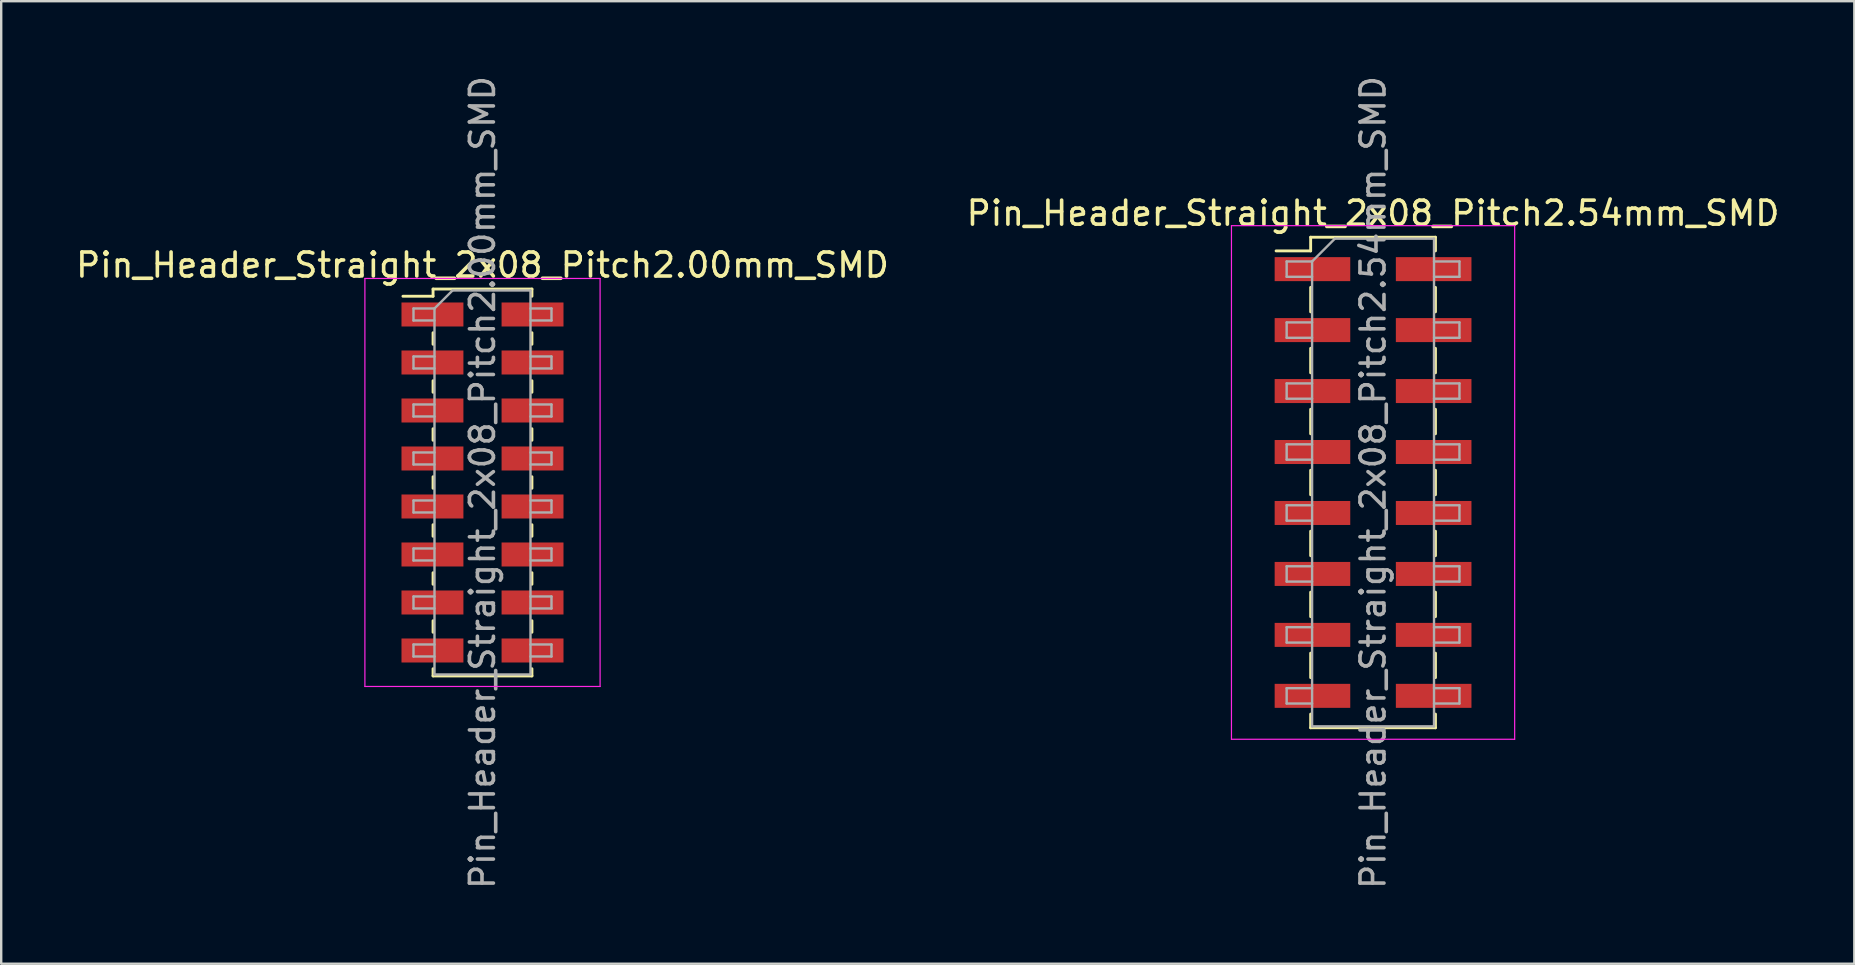
<source format=kicad_pcb>
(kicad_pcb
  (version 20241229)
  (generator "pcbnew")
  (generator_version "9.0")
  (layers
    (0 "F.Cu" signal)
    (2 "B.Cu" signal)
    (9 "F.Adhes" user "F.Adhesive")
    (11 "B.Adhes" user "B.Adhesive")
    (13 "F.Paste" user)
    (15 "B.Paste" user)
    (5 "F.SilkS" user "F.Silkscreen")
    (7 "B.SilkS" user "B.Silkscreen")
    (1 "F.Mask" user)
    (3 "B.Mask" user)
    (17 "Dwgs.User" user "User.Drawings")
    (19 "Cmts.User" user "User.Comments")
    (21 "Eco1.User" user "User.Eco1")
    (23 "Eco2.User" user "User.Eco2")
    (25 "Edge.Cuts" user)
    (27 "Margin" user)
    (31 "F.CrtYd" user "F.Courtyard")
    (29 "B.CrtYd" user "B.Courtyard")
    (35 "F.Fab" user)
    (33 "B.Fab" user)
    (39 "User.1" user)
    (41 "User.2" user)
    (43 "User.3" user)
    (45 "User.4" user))
  (footprint "Pin_Header_Straight_2x08_Pitch2.54mm_SMD"
    (layer "F.Cu")
    (at 54.161 17.054)
    (property "Reference" "Pin_Header_Straight_2x08_Pitch2.54mm_SMD" (at 0 -11.22 0) (layer "F.SilkS") (effects (font (size 1 1) (thickness 0.15))))
    (attr smd)
    (fp_line (start -4.04 -9.65) (end -2.6 -9.65) (stroke (width 0.12) (type solid)) (layer "F.SilkS"))
    (fp_line (start -2.6 -10.22) (end -2.6 -9.65) (stroke (width 0.12) (type solid)) (layer "F.SilkS"))
    (fp_line (start -2.6 -10.22) (end 2.6 -10.22) (stroke (width 0.12) (type solid)) (layer "F.SilkS"))
    (fp_line (start -2.6 -8.13) (end -2.6 -7.11) (stroke (width 0.12) (type solid)) (layer "F.SilkS"))
    (fp_line (start -2.6 -5.59) (end -2.6 -4.57) (stroke (width 0.12) (type solid)) (layer "F.SilkS"))
    (fp_line (start -2.6 -3.05) (end -2.6 -2.03) (stroke (width 0.12) (type solid)) (layer "F.SilkS"))
    (fp_line (start -2.6 -0.51) (end -2.6 0.51) (stroke (width 0.12) (type solid)) (layer "F.SilkS"))
    (fp_line (start -2.6 2.03) (end -2.6 3.05) (stroke (width 0.12) (type solid)) (layer "F.SilkS"))
    (fp_line (start -2.6 4.57) (end -2.6 5.59) (stroke (width 0.12) (type solid)) (layer "F.SilkS"))
    (fp_line (start -2.6 7.11) (end -2.6 8.13) (stroke (width 0.12) (type solid)) (layer "F.SilkS"))
    (fp_line (start -2.6 9.65) (end -2.6 10.22) (stroke (width 0.12) (type solid)) (layer "F.SilkS"))
    (fp_line (start -2.6 10.22) (end 2.6 10.22) (stroke (width 0.12) (type solid)) (layer "F.SilkS"))
    (fp_line (start 2.6 -10.22) (end 2.6 -9.65) (stroke (width 0.12) (type solid)) (layer "F.SilkS"))
    (fp_line (start 2.6 -8.13) (end 2.6 -7.11) (stroke (width 0.12) (type solid)) (layer "F.SilkS"))
    (fp_line (start 2.6 -5.59) (end 2.6 -4.57) (stroke (width 0.12) (type solid)) (layer "F.SilkS"))
    (fp_line (start 2.6 -3.05) (end 2.6 -2.03) (stroke (width 0.12) (type solid)) (layer "F.SilkS"))
    (fp_line (start 2.6 -0.51) (end 2.6 0.51) (stroke (width 0.12) (type solid)) (layer "F.SilkS"))
    (fp_line (start 2.6 2.03) (end 2.6 3.05) (stroke (width 0.12) (type solid)) (layer "F.SilkS"))
    (fp_line (start 2.6 4.57) (end 2.6 5.59) (stroke (width 0.12) (type solid)) (layer "F.SilkS"))
    (fp_line (start 2.6 7.11) (end 2.6 8.13) (stroke (width 0.12) (type solid)) (layer "F.SilkS"))
    (fp_line (start 2.6 9.65) (end 2.6 10.22) (stroke (width 0.12) (type solid)) (layer "F.SilkS"))
    (fp_line (start -5.9 -10.7) (end -5.9 10.7) (stroke (width 0.05) (type solid)) (layer "F.CrtYd"))
    (fp_line (start -5.9 10.7) (end 5.9 10.7) (stroke (width 0.05) (type solid)) (layer "F.CrtYd"))
    (fp_line (start 5.9 -10.7) (end -5.9 -10.7) (stroke (width 0.05) (type solid)) (layer "F.CrtYd"))
    (fp_line (start 5.9 10.7) (end 5.9 -10.7) (stroke (width 0.05) (type solid)) (layer "F.CrtYd"))
    (fp_line (start -3.6 -9.21) (end -3.6 -8.57) (stroke (width 0.1) (type solid)) (layer "F.Fab"))
    (fp_line (start -3.6 -8.57) (end -2.54 -8.57) (stroke (width 0.1) (type solid)) (layer "F.Fab"))
    (fp_line (start -3.6 -6.67) (end -3.6 -6.03) (stroke (width 0.1) (type solid)) (layer "F.Fab"))
    (fp_line (start -3.6 -6.03) (end -2.54 -6.03) (stroke (width 0.1) (type solid)) (layer "F.Fab"))
    (fp_line (start -3.6 -4.13) (end -3.6 -3.49) (stroke (width 0.1) (type solid)) (layer "F.Fab"))
    (fp_line (start -3.6 -3.49) (end -2.54 -3.49) (stroke (width 0.1) (type solid)) (layer "F.Fab"))
    (fp_line (start -3.6 -1.59) (end -3.6 -0.95) (stroke (width 0.1) (type solid)) (layer "F.Fab"))
    (fp_line (start -3.6 -0.95) (end -2.54 -0.95) (stroke (width 0.1) (type solid)) (layer "F.Fab"))
    (fp_line (start -3.6 0.95) (end -3.6 1.59) (stroke (width 0.1) (type solid)) (layer "F.Fab"))
    (fp_line (start -3.6 1.59) (end -2.54 1.59) (stroke (width 0.1) (type solid)) (layer "F.Fab"))
    (fp_line (start -3.6 3.49) (end -3.6 4.13) (stroke (width 0.1) (type solid)) (layer "F.Fab"))
    (fp_line (start -3.6 4.13) (end -2.54 4.13) (stroke (width 0.1) (type solid)) (layer "F.Fab"))
    (fp_line (start -3.6 6.03) (end -3.6 6.67) (stroke (width 0.1) (type solid)) (layer "F.Fab"))
    (fp_line (start -3.6 6.67) (end -2.54 6.67) (stroke (width 0.1) (type solid)) (layer "F.Fab"))
    (fp_line (start -3.6 8.57) (end -3.6 9.21) (stroke (width 0.1) (type solid)) (layer "F.Fab"))
    (fp_line (start -3.6 9.21) (end -2.54 9.21) (stroke (width 0.1) (type solid)) (layer "F.Fab"))
    (fp_line (start -2.54 -9.21) (end -3.6 -9.21) (stroke (width 0.1) (type solid)) (layer "F.Fab"))
    (fp_line (start -2.54 -9.21) (end -1.59 -10.16) (stroke (width 0.1) (type solid)) (layer "F.Fab"))
    (fp_line (start -2.54 -6.67) (end -3.6 -6.67) (stroke (width 0.1) (type solid)) (layer "F.Fab"))
    (fp_line (start -2.54 -4.13) (end -3.6 -4.13) (stroke (width 0.1) (type solid)) (layer "F.Fab"))
    (fp_line (start -2.54 -1.59) (end -3.6 -1.59) (stroke (width 0.1) (type solid)) (layer "F.Fab"))
    (fp_line (start -2.54 0.95) (end -3.6 0.95) (stroke (width 0.1) (type solid)) (layer "F.Fab"))
    (fp_line (start -2.54 3.49) (end -3.6 3.49) (stroke (width 0.1) (type solid)) (layer "F.Fab"))
    (fp_line (start -2.54 6.03) (end -3.6 6.03) (stroke (width 0.1) (type solid)) (layer "F.Fab"))
    (fp_line (start -2.54 8.57) (end -3.6 8.57) (stroke (width 0.1) (type solid)) (layer "F.Fab"))
    (fp_line (start -2.54 10.16) (end -2.54 -9.21) (stroke (width 0.1) (type solid)) (layer "F.Fab"))
    (fp_line (start -1.59 -10.16) (end 2.54 -10.16) (stroke (width 0.1) (type solid)) (layer "F.Fab"))
    (fp_line (start 2.54 -10.16) (end 2.54 10.16) (stroke (width 0.1) (type solid)) (layer "F.Fab"))
    (fp_line (start 2.54 -9.21) (end 3.6 -9.21) (stroke (width 0.1) (type solid)) (layer "F.Fab"))
    (fp_line (start 2.54 -6.67) (end 3.6 -6.67) (stroke (width 0.1) (type solid)) (layer "F.Fab"))
    (fp_line (start 2.54 -4.13) (end 3.6 -4.13) (stroke (width 0.1) (type solid)) (layer "F.Fab"))
    (fp_line (start 2.54 -1.59) (end 3.6 -1.59) (stroke (width 0.1) (type solid)) (layer "F.Fab"))
    (fp_line (start 2.54 0.95) (end 3.6 0.95) (stroke (width 0.1) (type solid)) (layer "F.Fab"))
    (fp_line (start 2.54 3.49) (end 3.6 3.49) (stroke (width 0.1) (type solid)) (layer "F.Fab"))
    (fp_line (start 2.54 6.03) (end 3.6 6.03) (stroke (width 0.1) (type solid)) (layer "F.Fab"))
    (fp_line (start 2.54 8.57) (end 3.6 8.57) (stroke (width 0.1) (type solid)) (layer "F.Fab"))
    (fp_line (start 2.54 10.16) (end -2.54 10.16) (stroke (width 0.1) (type solid)) (layer "F.Fab"))
    (fp_line (start 3.6 -9.21) (end 3.6 -8.57) (stroke (width 0.1) (type solid)) (layer "F.Fab"))
    (fp_line (start 3.6 -8.57) (end 2.54 -8.57) (stroke (width 0.1) (type solid)) (layer "F.Fab"))
    (fp_line (start 3.6 -6.67) (end 3.6 -6.03) (stroke (width 0.1) (type solid)) (layer "F.Fab"))
    (fp_line (start 3.6 -6.03) (end 2.54 -6.03) (stroke (width 0.1) (type solid)) (layer "F.Fab"))
    (fp_line (start 3.6 -4.13) (end 3.6 -3.49) (stroke (width 0.1) (type solid)) (layer "F.Fab"))
    (fp_line (start 3.6 -3.49) (end 2.54 -3.49) (stroke (width 0.1) (type solid)) (layer "F.Fab"))
    (fp_line (start 3.6 -1.59) (end 3.6 -0.95) (stroke (width 0.1) (type solid)) (layer "F.Fab"))
    (fp_line (start 3.6 -0.95) (end 2.54 -0.95) (stroke (width 0.1) (type solid)) (layer "F.Fab"))
    (fp_line (start 3.6 0.95) (end 3.6 1.59) (stroke (width 0.1) (type solid)) (layer "F.Fab"))
    (fp_line (start 3.6 1.59) (end 2.54 1.59) (stroke (width 0.1) (type solid)) (layer "F.Fab"))
    (fp_line (start 3.6 3.49) (end 3.6 4.13) (stroke (width 0.1) (type solid)) (layer "F.Fab"))
    (fp_line (start 3.6 4.13) (end 2.54 4.13) (stroke (width 0.1) (type solid)) (layer "F.Fab"))
    (fp_line (start 3.6 6.03) (end 3.6 6.67) (stroke (width 0.1) (type solid)) (layer "F.Fab"))
    (fp_line (start 3.6 6.67) (end 2.54 6.67) (stroke (width 0.1) (type solid)) (layer "F.Fab"))
    (fp_line (start 3.6 8.57) (end 3.6 9.21) (stroke (width 0.1) (type solid)) (layer "F.Fab"))
    (fp_line (start 3.6 9.21) (end 2.54 9.21) (stroke (width 0.1) (type solid)) (layer "F.Fab"))
    (fp_text user "${REFERENCE}" (at 0 0 90) (layer "F.Fab") (effects (font (size 1 1) (thickness 0.15))))
    (pad "1" smd rect (at -2.525 -8.89) (size 3.15 1) (layers "F.Cu" "F.Mask" "F.Paste"))
    (pad "2" smd rect (at 2.525 -8.89) (size 3.15 1) (layers "F.Cu" "F.Mask" "F.Paste"))
    (pad "3" smd rect (at -2.525 -6.35) (size 3.15 1) (layers "F.Cu" "F.Mask" "F.Paste"))
    (pad "4" smd rect (at 2.525 -6.35) (size 3.15 1) (layers "F.Cu" "F.Mask" "F.Paste"))
    (pad "5" smd rect (at -2.525 -3.81) (size 3.15 1) (layers "F.Cu" "F.Mask" "F.Paste"))
    (pad "6" smd rect (at 2.525 -3.81) (size 3.15 1) (layers "F.Cu" "F.Mask" "F.Paste"))
    (pad "7" smd rect (at -2.525 -1.27) (size 3.15 1) (layers "F.Cu" "F.Mask" "F.Paste"))
    (pad "8" smd rect (at 2.525 -1.27) (size 3.15 1) (layers "F.Cu" "F.Mask" "F.Paste"))
    (pad "9" smd rect (at -2.525 1.27) (size 3.15 1) (layers "F.Cu" "F.Mask" "F.Paste"))
    (pad "10" smd rect (at 2.525 1.27) (size 3.15 1) (layers "F.Cu" "F.Mask" "F.Paste"))
    (pad "11" smd rect (at -2.525 3.81) (size 3.15 1) (layers "F.Cu" "F.Mask" "F.Paste"))
    (pad "12" smd rect (at 2.525 3.81) (size 3.15 1) (layers "F.Cu" "F.Mask" "F.Paste"))
    (pad "13" smd rect (at -2.525 6.35) (size 3.15 1) (layers "F.Cu" "F.Mask" "F.Paste"))
    (pad "14" smd rect (at 2.525 6.35) (size 3.15 1) (layers "F.Cu" "F.Mask" "F.Paste"))
    (pad "15" smd rect (at -2.525 8.89) (size 3.15 1) (layers "F.Cu" "F.Mask" "F.Paste"))
    (pad "16" smd rect (at 2.525 8.89) (size 3.15 1) (layers "F.Cu" "F.Mask" "F.Paste")))
  (footprint "Pin_Header_Straight_2x08_Pitch2.00mm_SMD"
    (layer "F.Cu")
    (at 17.054 17.054)
    (property "Reference" "Pin_Header_Straight_2x08_Pitch2.00mm_SMD" (at 0 -9.06 0) (layer "F.SilkS") (effects (font (size 1 1) (thickness 0.15))))
    (attr smd)
    (fp_line (start -3.315 -7.76) (end -2.06 -7.76) (stroke (width 0.12) (type solid)) (layer "F.SilkS"))
    (fp_line (start -2.06 -8.06) (end -2.06 -7.76) (stroke (width 0.12) (type solid)) (layer "F.SilkS"))
    (fp_line (start -2.06 -8.06) (end 2.06 -8.06) (stroke (width 0.12) (type solid)) (layer "F.SilkS"))
    (fp_line (start -2.06 -6.24) (end -2.06 -5.76) (stroke (width 0.12) (type solid)) (layer "F.SilkS"))
    (fp_line (start -2.06 -4.24) (end -2.06 -3.76) (stroke (width 0.12) (type solid)) (layer "F.SilkS"))
    (fp_line (start -2.06 -2.24) (end -2.06 -1.76) (stroke (width 0.12) (type solid)) (layer "F.SilkS"))
    (fp_line (start -2.06 -0.24) (end -2.06 0.24) (stroke (width 0.12) (type solid)) (layer "F.SilkS"))
    (fp_line (start -2.06 1.76) (end -2.06 2.24) (stroke (width 0.12) (type solid)) (layer "F.SilkS"))
    (fp_line (start -2.06 3.76) (end -2.06 4.24) (stroke (width 0.12) (type solid)) (layer "F.SilkS"))
    (fp_line (start -2.06 5.76) (end -2.06 6.24) (stroke (width 0.12) (type solid)) (layer "F.SilkS"))
    (fp_line (start -2.06 7.76) (end -2.06 8.06) (stroke (width 0.12) (type solid)) (layer "F.SilkS"))
    (fp_line (start -2.06 8.06) (end 2.06 8.06) (stroke (width 0.12) (type solid)) (layer "F.SilkS"))
    (fp_line (start 2.06 -8.06) (end 2.06 -7.76) (stroke (width 0.12) (type solid)) (layer "F.SilkS"))
    (fp_line (start 2.06 -6.24) (end 2.06 -5.76) (stroke (width 0.12) (type solid)) (layer "F.SilkS"))
    (fp_line (start 2.06 -4.24) (end 2.06 -3.76) (stroke (width 0.12) (type solid)) (layer "F.SilkS"))
    (fp_line (start 2.06 -2.24) (end 2.06 -1.76) (stroke (width 0.12) (type solid)) (layer "F.SilkS"))
    (fp_line (start 2.06 -0.24) (end 2.06 0.24) (stroke (width 0.12) (type solid)) (layer "F.SilkS"))
    (fp_line (start 2.06 1.76) (end 2.06 2.24) (stroke (width 0.12) (type solid)) (layer "F.SilkS"))
    (fp_line (start 2.06 3.76) (end 2.06 4.24) (stroke (width 0.12) (type solid)) (layer "F.SilkS"))
    (fp_line (start 2.06 5.76) (end 2.06 6.24) (stroke (width 0.12) (type solid)) (layer "F.SilkS"))
    (fp_line (start 2.06 7.76) (end 2.06 8.06) (stroke (width 0.12) (type solid)) (layer "F.SilkS"))
    (fp_line (start -4.9 -8.5) (end -4.9 8.5) (stroke (width 0.05) (type solid)) (layer "F.CrtYd"))
    (fp_line (start -4.9 8.5) (end 4.9 8.5) (stroke (width 0.05) (type solid)) (layer "F.CrtYd"))
    (fp_line (start 4.9 -8.5) (end -4.9 -8.5) (stroke (width 0.05) (type solid)) (layer "F.CrtYd"))
    (fp_line (start 4.9 8.5) (end 4.9 -8.5) (stroke (width 0.05) (type solid)) (layer "F.CrtYd"))
    (fp_line (start -2.875 -7.25) (end -2.875 -6.75) (stroke (width 0.1) (type solid)) (layer "F.Fab"))
    (fp_line (start -2.875 -6.75) (end -2 -6.75) (stroke (width 0.1) (type solid)) (layer "F.Fab"))
    (fp_line (start -2.875 -5.25) (end -2.875 -4.75) (stroke (width 0.1) (type solid)) (layer "F.Fab"))
    (fp_line (start -2.875 -4.75) (end -2 -4.75) (stroke (width 0.1) (type solid)) (layer "F.Fab"))
    (fp_line (start -2.875 -3.25) (end -2.875 -2.75) (stroke (width 0.1) (type solid)) (layer "F.Fab"))
    (fp_line (start -2.875 -2.75) (end -2 -2.75) (stroke (width 0.1) (type solid)) (layer "F.Fab"))
    (fp_line (start -2.875 -1.25) (end -2.875 -0.75) (stroke (width 0.1) (type solid)) (layer "F.Fab"))
    (fp_line (start -2.875 -0.75) (end -2 -0.75) (stroke (width 0.1) (type solid)) (layer "F.Fab"))
    (fp_line (start -2.875 0.75) (end -2.875 1.25) (stroke (width 0.1) (type solid)) (layer "F.Fab"))
    (fp_line (start -2.875 1.25) (end -2 1.25) (stroke (width 0.1) (type solid)) (layer "F.Fab"))
    (fp_line (start -2.875 2.75) (end -2.875 3.25) (stroke (width 0.1) (type solid)) (layer "F.Fab"))
    (fp_line (start -2.875 3.25) (end -2 3.25) (stroke (width 0.1) (type solid)) (layer "F.Fab"))
    (fp_line (start -2.875 4.75) (end -2.875 5.25) (stroke (width 0.1) (type solid)) (layer "F.Fab"))
    (fp_line (start -2.875 5.25) (end -2 5.25) (stroke (width 0.1) (type solid)) (layer "F.Fab"))
    (fp_line (start -2.875 6.75) (end -2.875 7.25) (stroke (width 0.1) (type solid)) (layer "F.Fab"))
    (fp_line (start -2.875 7.25) (end -2 7.25) (stroke (width 0.1) (type solid)) (layer "F.Fab"))
    (fp_line (start -2 -7.25) (end -2.875 -7.25) (stroke (width 0.1) (type solid)) (layer "F.Fab"))
    (fp_line (start -2 -7.25) (end -1.25 -8) (stroke (width 0.1) (type solid)) (layer "F.Fab"))
    (fp_line (start -2 -5.25) (end -2.875 -5.25) (stroke (width 0.1) (type solid)) (layer "F.Fab"))
    (fp_line (start -2 -3.25) (end -2.875 -3.25) (stroke (width 0.1) (type solid)) (layer "F.Fab"))
    (fp_line (start -2 -1.25) (end -2.875 -1.25) (stroke (width 0.1) (type solid)) (layer "F.Fab"))
    (fp_line (start -2 0.75) (end -2.875 0.75) (stroke (width 0.1) (type solid)) (layer "F.Fab"))
    (fp_line (start -2 2.75) (end -2.875 2.75) (stroke (width 0.1) (type solid)) (layer "F.Fab"))
    (fp_line (start -2 4.75) (end -2.875 4.75) (stroke (width 0.1) (type solid)) (layer "F.Fab"))
    (fp_line (start -2 6.75) (end -2.875 6.75) (stroke (width 0.1) (type solid)) (layer "F.Fab"))
    (fp_line (start -2 8) (end -2 -7.25) (stroke (width 0.1) (type solid)) (layer "F.Fab"))
    (fp_line (start -1.25 -8) (end 2 -8) (stroke (width 0.1) (type solid)) (layer "F.Fab"))
    (fp_line (start 2 -8) (end 2 8) (stroke (width 0.1) (type solid)) (layer "F.Fab"))
    (fp_line (start 2 -7.25) (end 2.875 -7.25) (stroke (width 0.1) (type solid)) (layer "F.Fab"))
    (fp_line (start 2 -5.25) (end 2.875 -5.25) (stroke (width 0.1) (type solid)) (layer "F.Fab"))
    (fp_line (start 2 -3.25) (end 2.875 -3.25) (stroke (width 0.1) (type solid)) (layer "F.Fab"))
    (fp_line (start 2 -1.25) (end 2.875 -1.25) (stroke (width 0.1) (type solid)) (layer "F.Fab"))
    (fp_line (start 2 0.75) (end 2.875 0.75) (stroke (width 0.1) (type solid)) (layer "F.Fab"))
    (fp_line (start 2 2.75) (end 2.875 2.75) (stroke (width 0.1) (type solid)) (layer "F.Fab"))
    (fp_line (start 2 4.75) (end 2.875 4.75) (stroke (width 0.1) (type solid)) (layer "F.Fab"))
    (fp_line (start 2 6.75) (end 2.875 6.75) (stroke (width 0.1) (type solid)) (layer "F.Fab"))
    (fp_line (start 2 8) (end -2 8) (stroke (width 0.1) (type solid)) (layer "F.Fab"))
    (fp_line (start 2.875 -7.25) (end 2.875 -6.75) (stroke (width 0.1) (type solid)) (layer "F.Fab"))
    (fp_line (start 2.875 -6.75) (end 2 -6.75) (stroke (width 0.1) (type solid)) (layer "F.Fab"))
    (fp_line (start 2.875 -5.25) (end 2.875 -4.75) (stroke (width 0.1) (type solid)) (layer "F.Fab"))
    (fp_line (start 2.875 -4.75) (end 2 -4.75) (stroke (width 0.1) (type solid)) (layer "F.Fab"))
    (fp_line (start 2.875 -3.25) (end 2.875 -2.75) (stroke (width 0.1) (type solid)) (layer "F.Fab"))
    (fp_line (start 2.875 -2.75) (end 2 -2.75) (stroke (width 0.1) (type solid)) (layer "F.Fab"))
    (fp_line (start 2.875 -1.25) (end 2.875 -0.75) (stroke (width 0.1) (type solid)) (layer "F.Fab"))
    (fp_line (start 2.875 -0.75) (end 2 -0.75) (stroke (width 0.1) (type solid)) (layer "F.Fab"))
    (fp_line (start 2.875 0.75) (end 2.875 1.25) (stroke (width 0.1) (type solid)) (layer "F.Fab"))
    (fp_line (start 2.875 1.25) (end 2 1.25) (stroke (width 0.1) (type solid)) (layer "F.Fab"))
    (fp_line (start 2.875 2.75) (end 2.875 3.25) (stroke (width 0.1) (type solid)) (layer "F.Fab"))
    (fp_line (start 2.875 3.25) (end 2 3.25) (stroke (width 0.1) (type solid)) (layer "F.Fab"))
    (fp_line (start 2.875 4.75) (end 2.875 5.25) (stroke (width 0.1) (type solid)) (layer "F.Fab"))
    (fp_line (start 2.875 5.25) (end 2 5.25) (stroke (width 0.1) (type solid)) (layer "F.Fab"))
    (fp_line (start 2.875 6.75) (end 2.875 7.25) (stroke (width 0.1) (type solid)) (layer "F.Fab"))
    (fp_line (start 2.875 7.25) (end 2 7.25) (stroke (width 0.1) (type solid)) (layer "F.Fab"))
    (fp_text user "${REFERENCE}" (at 0 0 90) (layer "F.Fab") (effects (font (size 1 1) (thickness 0.15))))
    (pad "1" smd rect (at -2.085 -7) (size 2.58 1) (layers "F.Cu" "F.Mask" "F.Paste"))
    (pad "2" smd rect (at 2.085 -7) (size 2.58 1) (layers "F.Cu" "F.Mask" "F.Paste"))
    (pad "3" smd rect (at -2.085 -5) (size 2.58 1) (layers "F.Cu" "F.Mask" "F.Paste"))
    (pad "4" smd rect (at 2.085 -5) (size 2.58 1) (layers "F.Cu" "F.Mask" "F.Paste"))
    (pad "5" smd rect (at -2.085 -3) (size 2.58 1) (layers "F.Cu" "F.Mask" "F.Paste"))
    (pad "6" smd rect (at 2.085 -3) (size 2.58 1) (layers "F.Cu" "F.Mask" "F.Paste"))
    (pad "7" smd rect (at -2.085 -1) (size 2.58 1) (layers "F.Cu" "F.Mask" "F.Paste"))
    (pad "8" smd rect (at 2.085 -1) (size 2.58 1) (layers "F.Cu" "F.Mask" "F.Paste"))
    (pad "9" smd rect (at -2.085 1) (size 2.58 1) (layers "F.Cu" "F.Mask" "F.Paste"))
    (pad "10" smd rect (at 2.085 1) (size 2.58 1) (layers "F.Cu" "F.Mask" "F.Paste"))
    (pad "11" smd rect (at -2.085 3) (size 2.58 1) (layers "F.Cu" "F.Mask" "F.Paste"))
    (pad "12" smd rect (at 2.085 3) (size 2.58 1) (layers "F.Cu" "F.Mask" "F.Paste"))
    (pad "13" smd rect (at -2.085 5) (size 2.58 1) (layers "F.Cu" "F.Mask" "F.Paste"))
    (pad "14" smd rect (at 2.085 5) (size 2.58 1) (layers "F.Cu" "F.Mask" "F.Paste"))
    (pad "15" smd rect (at -2.085 7) (size 2.58 1) (layers "F.Cu" "F.Mask" "F.Paste"))
    (pad "16" smd rect (at 2.085 7) (size 2.58 1) (layers "F.Cu" "F.Mask" "F.Paste")))
  (gr_rect
    (start -3 -3)
    (end 74.214 37.107)
    (stroke (width 0.1) (type default))
    (fill no)
    (layer "Edge.Cuts")))
</source>
